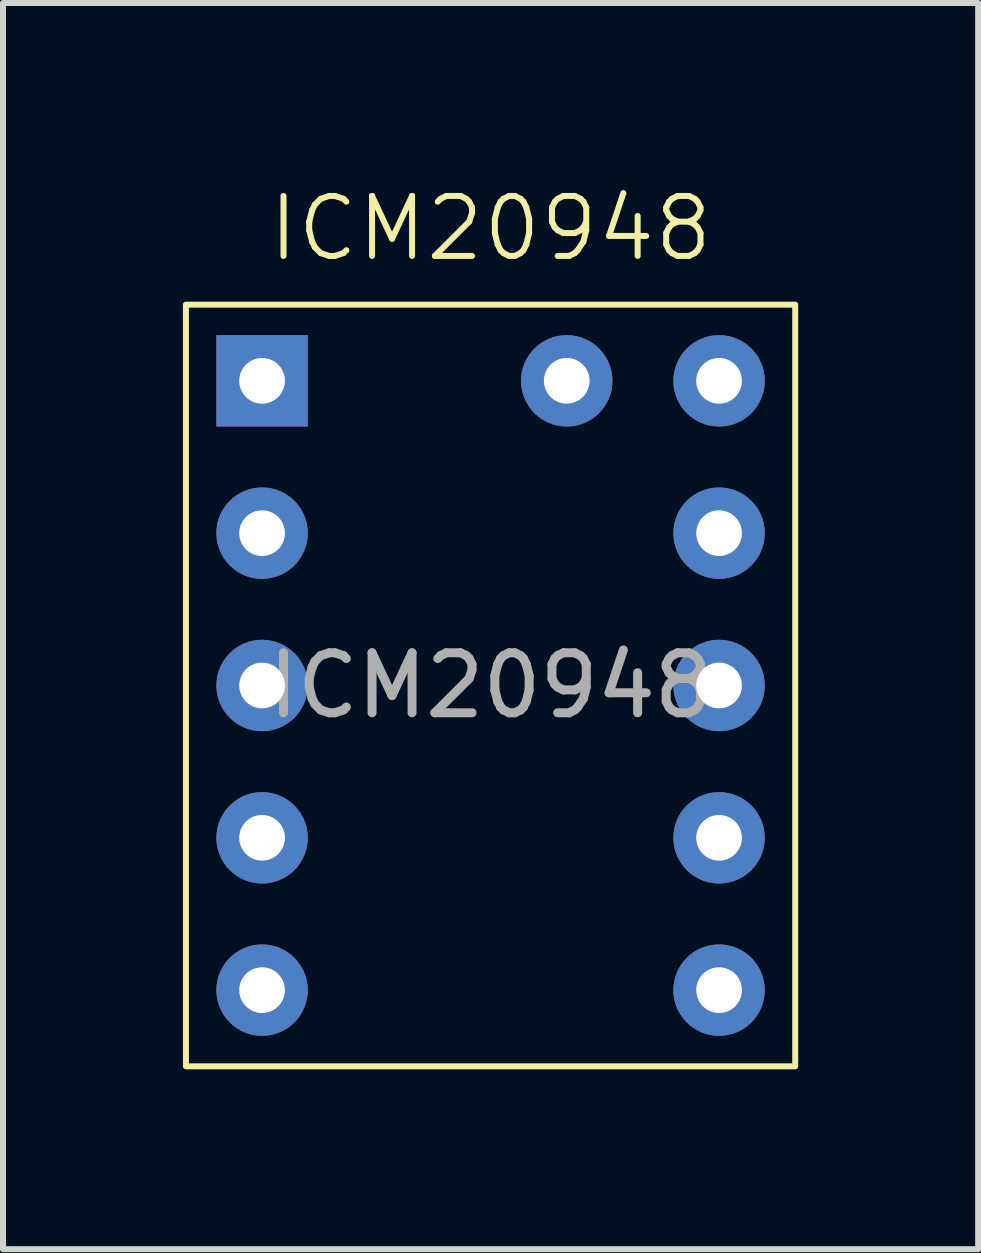
<source format=kicad_pcb>
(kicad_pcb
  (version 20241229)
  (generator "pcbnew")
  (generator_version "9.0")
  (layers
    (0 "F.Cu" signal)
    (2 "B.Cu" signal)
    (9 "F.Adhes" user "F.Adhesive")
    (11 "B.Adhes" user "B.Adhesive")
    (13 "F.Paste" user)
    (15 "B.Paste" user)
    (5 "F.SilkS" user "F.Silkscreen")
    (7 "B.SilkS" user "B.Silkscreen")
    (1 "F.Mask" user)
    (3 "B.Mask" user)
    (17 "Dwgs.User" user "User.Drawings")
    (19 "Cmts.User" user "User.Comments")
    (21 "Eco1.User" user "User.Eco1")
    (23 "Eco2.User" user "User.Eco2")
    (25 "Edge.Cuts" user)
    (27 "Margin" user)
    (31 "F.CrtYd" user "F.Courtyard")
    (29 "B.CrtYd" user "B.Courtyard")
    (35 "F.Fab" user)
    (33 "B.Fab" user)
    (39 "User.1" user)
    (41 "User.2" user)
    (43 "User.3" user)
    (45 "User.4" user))
  (footprint "ICM20948"
    (layer "F.Cu")
    (at 5.13 8.38)
    (property "Reference" "ICM20948" (at 0 -7.62 0) (unlocked yes) (layer "F.SilkS") (effects (font (size 1 1) (thickness 0.1))))
    (attr through_hole)
    (fp_rect (start -5.08 -6.35) (end 5.08 6.35) (stroke (width 0.1) (type default)) (fill no) (layer "F.SilkS"))
    (fp_text user "${REFERENCE}" (at 0 0 0) (unlocked yes) (layer "F.Fab") (effects (font (size 1 1) (thickness 0.15))))
    (pad "1" thru_hole rect (at -3.81 -5.08) (size 1.524 1.524) (drill 0.762) (layers "*.Cu" "*.Mask"))
    (pad "2" thru_hole circle (at -3.81 -2.54) (size 1.524 1.524) (drill 0.762) (layers "*.Cu" "*.Mask"))
    (pad "3" thru_hole circle (at -3.81 0) (size 1.524 1.524) (drill 0.762) (layers "*.Cu" "*.Mask"))
    (pad "4" thru_hole circle (at -3.81 2.54) (size 1.524 1.524) (drill 0.762) (layers "*.Cu" "*.Mask"))
    (pad "5" thru_hole circle (at -3.81 5.08) (size 1.524 1.524) (drill 0.762) (layers "*.Cu" "*.Mask"))
    (pad "6" thru_hole circle (at 3.81 5.08) (size 1.524 1.524) (drill 0.762) (layers "*.Cu" "*.Mask"))
    (pad "7" thru_hole circle (at 3.81 2.54) (size 1.524 1.524) (drill 0.762) (layers "*.Cu" "*.Mask"))
    (pad "8" thru_hole circle (at 3.81 0) (size 1.524 1.524) (drill 0.762) (layers "*.Cu" "*.Mask"))
    (pad "9" thru_hole circle (at 3.81 -2.54) (size 1.524 1.524) (drill 0.762) (layers "*.Cu" "*.Mask"))
    (pad "10" thru_hole circle (at 3.81 -5.08) (size 1.524 1.524) (drill 0.762) (layers "*.Cu" "*.Mask"))
    (pad "11" thru_hole circle (at 1.27 -5.08) (size 1.524 1.524) (drill 0.762) (layers "*.Cu" "*.Mask")))
  (gr_rect
    (start -3 -3)
    (end 13.26 17.78)
    (stroke (width 0.1) (type default))
    (fill no)
    (layer "Edge.Cuts")))
</source>
